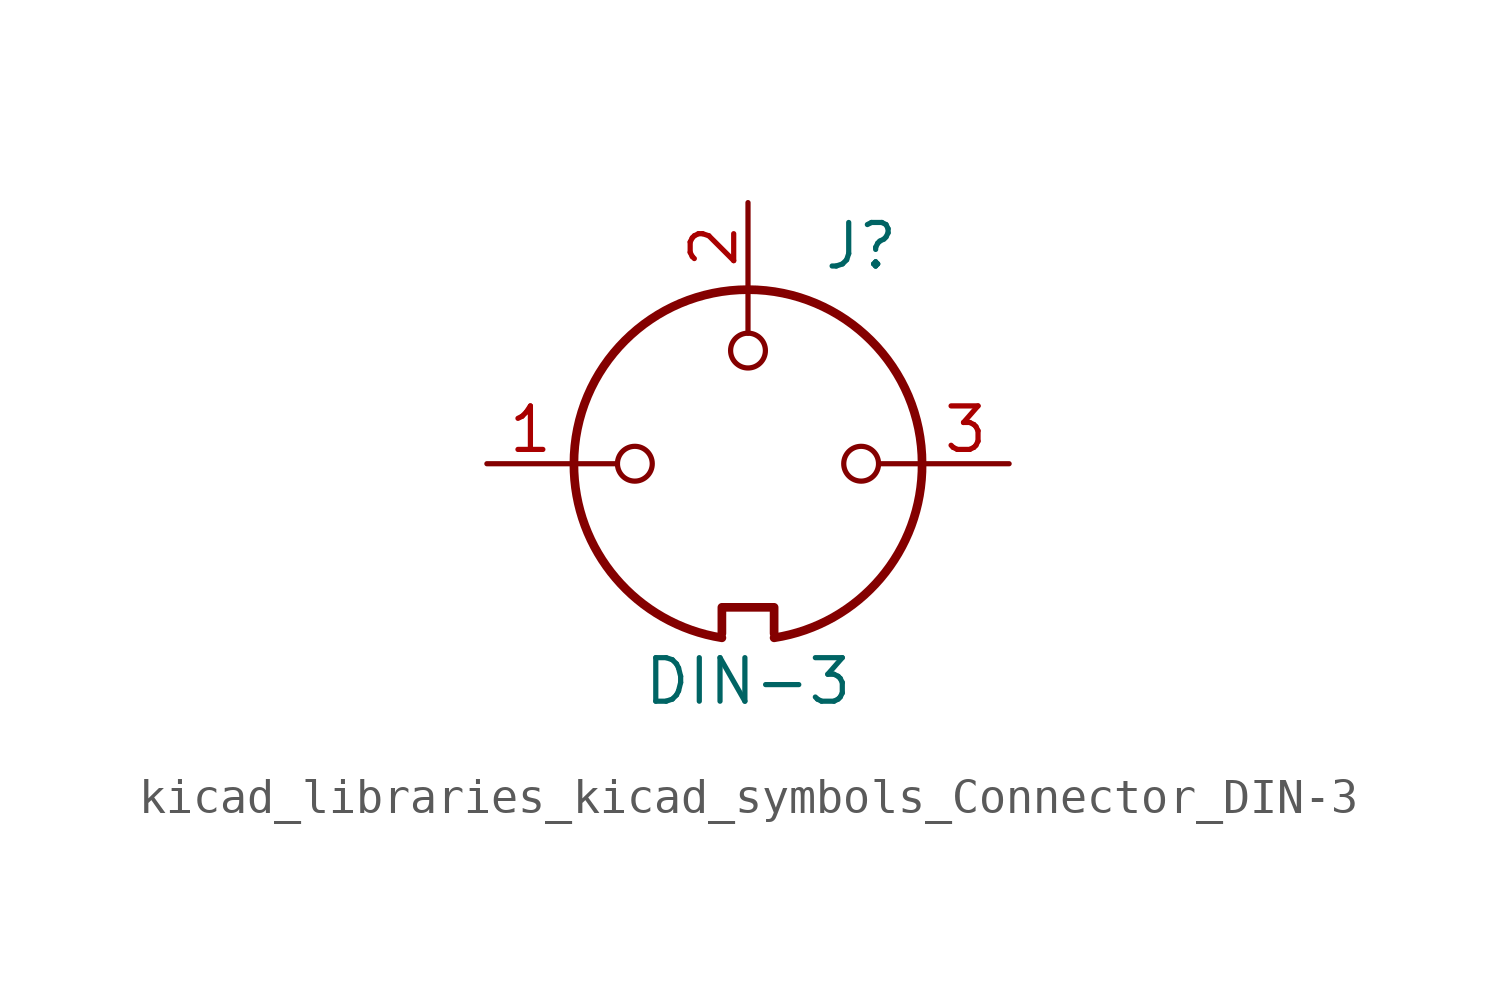
<source format=kicad_sym>
(kicad_symbol_lib
  (version 20220914)
  (generator kicad_symbol_editor)
  (symbol "kicad_libraries_kicad_symbols_Connector_DIN-3"
    (pin_names
      (offset 1.016))
    (property "Reference" "J"
      (at 3.302 6.35 0)
      (effects (font (size 1.27 1.27))))
    (property "Value" "DIN-3"
      (at 0 -6.35 0)
      (effects (font (size 1.27 1.27))))
    (symbol "kicad_libraries_kicad_symbols_Connector_DIN-3_0_1"
      (arc (start -5.08 0) (mid -3.8609 -3.3364) (end -0.762 -5.08) (stroke (width 0.254) (type default)) (fill (type none)))
      (circle (center -3.302 0) (radius 0.508) (stroke (width 0) (type default)) (fill (type none)))
      (polyline (pts (xy -3.81 0) (xy -5.08 0)) (stroke (width 0) (type default)) (fill (type none)))
      (polyline (pts (xy 0 3.81) (xy 0 5.08)) (stroke (width 0) (type default)) (fill (type none)))
      (polyline (pts (xy 5.08 0) (xy 3.81 0)) (stroke (width 0) (type default)) (fill (type none)))
      (polyline (pts (xy -0.762 -4.953) (xy -0.762 -4.191) (xy 0.762 -4.191) (xy 0.762 -4.953)) (stroke (width 0.254) (type default)) (fill (type none)))
      (circle (center 0 3.302) (radius 0.508) (stroke (width 0) (type default)) (fill (type none)))
      (arc (start 0.762 -5.08) (mid 3.8685 -3.343) (end 5.08 0) (stroke (width 0.254) (type default)) (fill (type none)))
      (circle (center 3.302 0) (radius 0.508) (stroke (width 0) (type default)) (fill (type none)))
      (arc (start 5.08 0) (mid 0 5.0579) (end -5.08 0) (stroke (width 0.254) (type default)) (fill (type none))))
    (symbol "kicad_libraries_kicad_symbols_Connector_DIN-3_1_1"
      (pin passive line (at -7.62 0 0) (length 2.54) (name "~" (effects (font (size 1.27 1.27)))) (number "1" (effects (font (size 1.27 1.27)))))
      (pin passive line (at 0 7.62 270) (length 2.54) (name "~" (effects (font (size 1.27 1.27)))) (number "2" (effects (font (size 1.27 1.27)))))
      (pin passive line (at 7.62 0 180) (length 2.54) (name "~" (effects (font (size 1.27 1.27)))) (number "3" (effects (font (size 1.27 1.27))))))))
</source>
